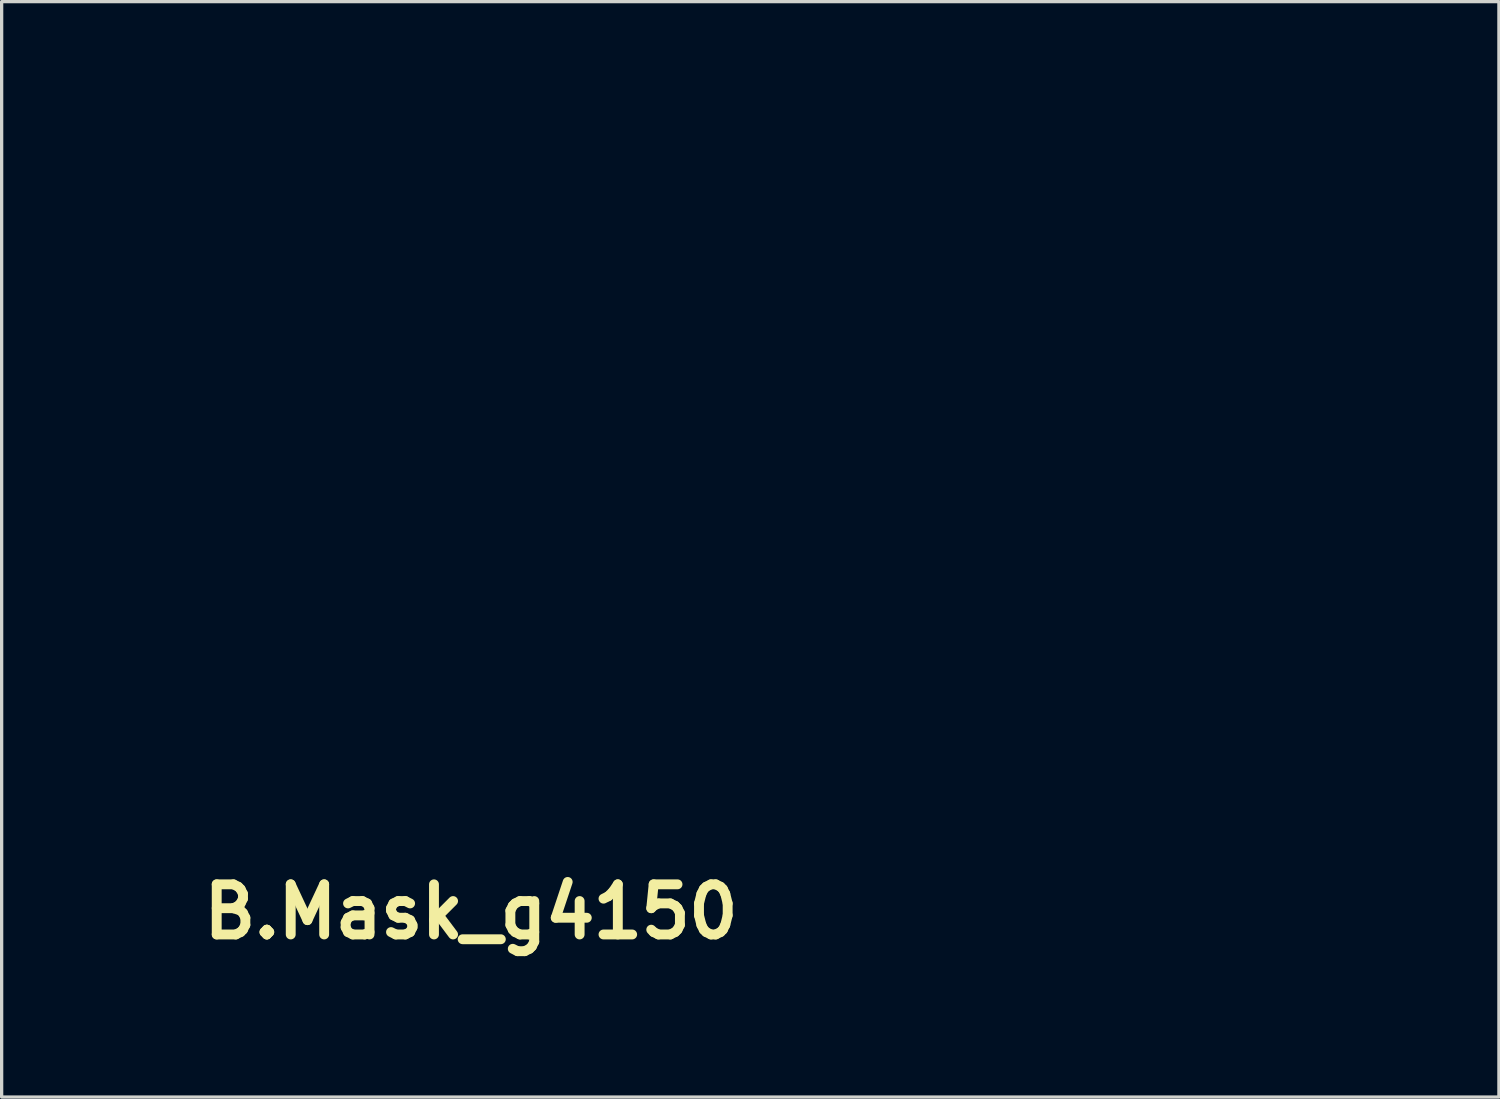
<source format=kicad_pcb>
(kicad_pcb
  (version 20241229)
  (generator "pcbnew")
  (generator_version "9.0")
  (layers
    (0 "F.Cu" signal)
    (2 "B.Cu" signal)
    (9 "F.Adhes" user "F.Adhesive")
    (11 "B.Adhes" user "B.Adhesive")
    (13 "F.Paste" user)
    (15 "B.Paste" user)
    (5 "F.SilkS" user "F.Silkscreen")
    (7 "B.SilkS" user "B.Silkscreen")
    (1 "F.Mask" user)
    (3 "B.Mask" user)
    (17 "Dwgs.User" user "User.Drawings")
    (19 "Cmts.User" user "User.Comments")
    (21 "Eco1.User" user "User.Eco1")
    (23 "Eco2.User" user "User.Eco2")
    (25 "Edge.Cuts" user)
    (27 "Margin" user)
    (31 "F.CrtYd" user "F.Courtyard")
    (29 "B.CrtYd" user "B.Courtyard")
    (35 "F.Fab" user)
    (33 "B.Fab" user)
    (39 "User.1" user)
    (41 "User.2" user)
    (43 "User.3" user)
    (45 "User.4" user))
  (footprint "B.Mask_g4150"
    (layer "F.Cu")
    (at 11.266 24.664)
    (property "Reference" "B.Mask_g4150" (at 0 0 0) (layer "F.SilkS") (effects (font (size 1.524 1.524) (thickness 0.3))))
    (attr through_hole)
    (fp_poly (pts (xy 4.87 -21.929) (xy 4.147 -21.929) (xy 4.17 -24.659) (xy 4.847 -24.659) (xy 4.87 -21.929)) (stroke (width 0.01) (type solid)) (fill yes) (layer "B.Mask"))
    (fp_poly (pts (xy -4.116 -23.294) (xy -4.105 -21.929) (xy -4.827 -21.929) (xy -4.816 -23.294) (xy -4.805 -24.659) (xy -4.128 -24.659) (xy -4.116 -23.294)) (stroke (width 0.01) (type solid)) (fill yes) (layer "B.Mask"))
    (fp_poly (pts (xy 3.768 -12.488) (xy 6.265 -12.488) (xy 6.265 -7.451) (xy 3.768 -7.451) (xy 3.768 -4.953) (xy -3.725 -4.953) (xy -3.725 -7.493) (xy 1.27 -7.493) (xy 1.27 -12.446) (xy -3.725 -12.446) (xy -3.725 -14.986) (xy 3.768 -14.986) (xy 3.768 -12.488)) (stroke (width 0.01) (type solid)) (fill yes) (layer "B.Mask"))
    (fp_poly (pts (xy 24.732 -12.102) (xy 24.803 -12.08) (xy 24.834 -12.033) (xy 24.837 -12.023) (xy 24.889 -11.953) (xy 24.939 -11.938) (xy 25.006 -11.906) (xy 25.019 -11.853) (xy 24.989 -11.783) (xy 24.934 -11.769) (xy 24.894 -11.762) (xy 24.869 -11.732) (xy 24.856 -11.663) (xy 24.85 -11.538) (xy 24.85 -11.388) (xy 24.85 -11.007) (xy 24.384 -11.007) (xy 24.384 -12.107) (xy 24.6 -12.107) (xy 24.732 -12.102)) (stroke (width 0.01) (type solid)) (fill yes) (layer "B.Mask"))
    (fp_poly (pts (xy -8.721 -7.493) (xy -6.223 -7.493) (xy -6.223 -4.953) (xy -7.465 -4.953) (xy -7.781 -4.954) (xy -8.069 -4.957) (xy -8.319 -4.961) (xy -8.52 -4.966) (xy -8.66 -4.972) (xy -8.73 -4.979) (xy -8.735 -4.981) (xy -8.742 -5.029) (xy -8.749 -5.151) (xy -8.754 -5.336) (xy -8.759 -5.572) (xy -8.762 -5.85) (xy -8.763 -6.158) (xy -8.763 -6.229) (xy -8.763 -7.449) (xy -11.239 -7.472) (xy -11.25 -11.229) (xy -11.261 -14.986) (xy -8.721 -14.986) (xy -8.721 -7.493)) (stroke (width 0.01) (type solid)) (fill yes) (layer "B.Mask"))
    (fp_poly (pts (xy 14.843 -3.972) (xy 14.892 -3.944) (xy 14.901 -3.895) (xy 14.931 -3.824) (xy 14.986 -3.81) (xy 15.044 -3.793) (xy 15.068 -3.729) (xy 15.071 -3.662) (xy 15.066 -3.567) (xy 15.034 -3.525) (xy 14.951 -3.514) (xy 14.901 -3.514) (xy 14.784 -3.524) (xy 14.735 -3.559) (xy 14.732 -3.577) (xy 14.697 -3.629) (xy 14.647 -3.641) (xy 14.592 -3.655) (xy 14.567 -3.712) (xy 14.563 -3.81) (xy 14.567 -3.918) (xy 14.595 -3.967) (xy 14.673 -3.979) (xy 14.732 -3.979) (xy 14.843 -3.972)) (stroke (width 0.01) (type solid)) (fill yes) (layer "B.Mask"))
    (fp_poly (pts (xy 14.843 -1.517) (xy 14.892 -1.488) (xy 14.901 -1.439) (xy 14.931 -1.369) (xy 14.986 -1.355) (xy 15.044 -1.338) (xy 15.068 -1.273) (xy 15.071 -1.206) (xy 15.066 -1.112) (xy 15.034 -1.069) (xy 14.951 -1.059) (xy 14.901 -1.058) (xy 14.779 -1.071) (xy 14.733 -1.109) (xy 14.732 -1.117) (xy 14.697 -1.174) (xy 14.647 -1.198) (xy 14.587 -1.236) (xy 14.564 -1.324) (xy 14.563 -1.372) (xy 14.568 -1.469) (xy 14.599 -1.513) (xy 14.68 -1.524) (xy 14.732 -1.524) (xy 14.843 -1.517)) (stroke (width 0.01) (type solid)) (fill yes) (layer "B.Mask"))
    (fp_poly (pts (xy 14.893 -8.859) (xy 14.901 -8.808) (xy 14.93 -8.736) (xy 14.989 -8.721) (xy 15.045 -8.709) (xy 15.066 -8.657) (xy 15.063 -8.562) (xy 15.047 -8.457) (xy 15.006 -8.41) (xy 14.912 -8.392) (xy 14.891 -8.39) (xy 14.786 -8.388) (xy 14.741 -8.413) (xy 14.732 -8.464) (xy 14.704 -8.536) (xy 14.645 -8.551) (xy 14.588 -8.563) (xy 14.568 -8.615) (xy 14.571 -8.71) (xy 14.586 -8.815) (xy 14.627 -8.862) (xy 14.721 -8.88) (xy 14.743 -8.882) (xy 14.848 -8.884) (xy 14.893 -8.859)) (stroke (width 0.01) (type solid)) (fill yes) (layer "B.Mask"))
    (fp_poly (pts (xy 17.298 -6.428) (xy 17.347 -6.399) (xy 17.357 -6.35) (xy 17.383 -6.281) (xy 17.42 -6.265) (xy 17.464 -6.237) (xy 17.483 -6.145) (xy 17.484 -6.096) (xy 17.479 -5.988) (xy 17.451 -5.939) (xy 17.379 -5.927) (xy 17.335 -5.927) (xy 17.233 -5.936) (xy 17.192 -5.973) (xy 17.187 -6.011) (xy 17.157 -6.082) (xy 17.103 -6.096) (xy 17.047 -6.11) (xy 17.023 -6.168) (xy 17.018 -6.265) (xy 17.022 -6.374) (xy 17.051 -6.422) (xy 17.128 -6.434) (xy 17.187 -6.435) (xy 17.298 -6.428)) (stroke (width 0.01) (type solid)) (fill yes) (layer "B.Mask"))
    (fp_poly (pts (xy 17.298 -1.517) (xy 17.347 -1.488) (xy 17.357 -1.439) (xy 17.383 -1.37) (xy 17.42 -1.355) (xy 17.467 -1.323) (xy 17.484 -1.22) (xy 17.484 -1.206) (xy 17.477 -1.107) (xy 17.44 -1.066) (xy 17.347 -1.058) (xy 17.335 -1.058) (xy 17.226 -1.072) (xy 17.188 -1.116) (xy 17.187 -1.122) (xy 17.152 -1.174) (xy 17.103 -1.185) (xy 17.047 -1.2) (xy 17.023 -1.257) (xy 17.018 -1.355) (xy 17.022 -1.463) (xy 17.051 -1.511) (xy 17.128 -1.524) (xy 17.187 -1.524) (xy 17.298 -1.517)) (stroke (width 0.01) (type solid)) (fill yes) (layer "B.Mask"))
    (fp_poly (pts (xy 19.753 -3.972) (xy 19.802 -3.944) (xy 19.812 -3.895) (xy 19.838 -3.826) (xy 19.875 -3.81) (xy 19.922 -3.778) (xy 19.939 -3.675) (xy 19.939 -3.662) (xy 19.932 -3.563) (xy 19.895 -3.522) (xy 19.802 -3.514) (xy 19.791 -3.514) (xy 19.681 -3.527) (xy 19.643 -3.571) (xy 19.643 -3.577) (xy 19.607 -3.629) (xy 19.558 -3.641) (xy 19.503 -3.655) (xy 19.478 -3.712) (xy 19.473 -3.81) (xy 19.477 -3.918) (xy 19.506 -3.967) (xy 19.583 -3.979) (xy 19.643 -3.979) (xy 19.753 -3.972)) (stroke (width 0.01) (type solid)) (fill yes) (layer "B.Mask"))
    (fp_poly (pts (xy 22.192 -6.422) (xy 22.246 -6.376) (xy 22.255 -6.35) (xy 22.298 -6.281) (xy 22.336 -6.265) (xy 22.378 -6.23) (xy 22.394 -6.119) (xy 22.394 -6.096) (xy 22.39 -5.988) (xy 22.362 -5.939) (xy 22.289 -5.927) (xy 22.242 -5.927) (xy 22.131 -5.939) (xy 22.077 -5.985) (xy 22.068 -6.011) (xy 22.025 -6.08) (xy 21.987 -6.096) (xy 21.945 -6.132) (xy 21.929 -6.242) (xy 21.929 -6.265) (xy 21.933 -6.374) (xy 21.961 -6.422) (xy 22.034 -6.434) (xy 22.081 -6.435) (xy 22.192 -6.422)) (stroke (width 0.01) (type solid)) (fill yes) (layer "B.Mask"))
    (fp_poly (pts (xy 22.216 0.942) (xy 22.264 0.977) (xy 22.267 0.995) (xy 22.301 1.051) (xy 22.331 1.058) (xy 22.375 1.086) (xy 22.393 1.179) (xy 22.394 1.228) (xy 22.39 1.336) (xy 22.362 1.384) (xy 22.284 1.397) (xy 22.225 1.397) (xy 22.114 1.39) (xy 22.065 1.361) (xy 22.056 1.312) (xy 22.029 1.243) (xy 21.992 1.228) (xy 21.945 1.196) (xy 21.929 1.093) (xy 21.929 1.079) (xy 21.934 0.985) (xy 21.965 0.942) (xy 22.048 0.932) (xy 22.098 0.931) (xy 22.216 0.942)) (stroke (width 0.01) (type solid)) (fill yes) (layer "B.Mask"))
    (fp_poly (pts (xy 24.634 -3.97) (xy 24.675 -3.933) (xy 24.68 -3.895) (xy 24.71 -3.824) (xy 24.765 -3.81) (xy 24.823 -3.793) (xy 24.847 -3.729) (xy 24.85 -3.662) (xy 24.845 -3.567) (xy 24.813 -3.525) (xy 24.73 -3.514) (xy 24.68 -3.514) (xy 24.563 -3.524) (xy 24.514 -3.559) (xy 24.511 -3.577) (xy 24.477 -3.633) (xy 24.448 -3.641) (xy 24.403 -3.669) (xy 24.385 -3.761) (xy 24.384 -3.81) (xy 24.388 -3.918) (xy 24.416 -3.967) (xy 24.488 -3.979) (xy 24.532 -3.979) (xy 24.634 -3.97)) (stroke (width 0.01) (type solid)) (fill yes) (layer "B.Mask"))
    (fp_poly (pts (xy 17.801 -12.086) (xy 17.813 -11.695) (xy 17.826 -11.303) (xy 17.187 -11.303) (xy 17.187 -11.155) (xy 17.182 -11.06) (xy 17.151 -11.018) (xy 17.068 -11.007) (xy 17.018 -11.007) (xy 16.91 -11.011) (xy 16.861 -11.039) (xy 16.849 -11.111) (xy 16.849 -11.155) (xy 16.835 -11.264) (xy 16.791 -11.303) (xy 16.785 -11.303) (xy 16.733 -11.338) (xy 16.722 -11.388) (xy 16.747 -11.456) (xy 16.783 -11.472) (xy 16.818 -11.493) (xy 16.84 -11.566) (xy 16.854 -11.703) (xy 16.857 -11.779) (xy 16.87 -12.086) (xy 17.187 -12.112) (xy 17.187 -11.472) (xy 17.484 -11.472) (xy 17.484 -12.112) (xy 17.801 -12.086)) (stroke (width 0.01) (type solid)) (fill yes) (layer "B.Mask"))
    (fp_poly (pts (xy 28.215 -0.445) (xy 27.757 -0.432) (xy 27.554 -0.428) (xy 27.421 -0.43) (xy 27.341 -0.439) (xy 27.299 -0.459) (xy 27.28 -0.492) (xy 27.275 -0.507) (xy 27.233 -0.576) (xy 27.194 -0.593) (xy 27.165 -0.612) (xy 27.147 -0.678) (xy 27.138 -0.804) (xy 27.136 -0.974) (xy 27.138 -1.16) (xy 27.147 -1.275) (xy 27.165 -1.335) (xy 27.195 -1.354) (xy 27.199 -1.355) (xy 27.474 -1.355) (xy 27.474 -0.593) (xy 27.898 -0.593) (xy 27.898 -1.355) (xy 27.474 -1.355) (xy 27.199 -1.355) (xy 27.251 -1.39) (xy 27.263 -1.439) (xy 27.268 -1.476) (xy 27.293 -1.5) (xy 27.352 -1.514) (xy 27.46 -1.521) (xy 27.63 -1.524) (xy 27.751 -1.524) (xy 28.239 -1.524) (xy 28.215 -0.445)) (stroke (width 0.01) (type solid)) (fill yes) (layer "B.Mask"))
    (fp_poly (pts (xy 28.215 2.011) (xy 27.136 2.035) (xy 27.136 1.927) (xy 27.139 1.877) (xy 27.158 1.845) (xy 27.211 1.828) (xy 27.312 1.822) (xy 27.48 1.82) (xy 27.517 1.82) (xy 27.898 1.82) (xy 27.898 1.57) (xy 27.591 1.558) (xy 27.427 1.547) (xy 27.331 1.53) (xy 27.284 1.502) (xy 27.271 1.471) (xy 27.273 1.433) (xy 27.308 1.411) (xy 27.392 1.4) (xy 27.542 1.397) (xy 27.577 1.397) (xy 27.898 1.397) (xy 27.898 1.101) (xy 27.517 1.101) (xy 27.336 1.099) (xy 27.223 1.093) (xy 27.163 1.077) (xy 27.139 1.049) (xy 27.136 1.016) (xy 27.14 0.981) (xy 27.163 0.958) (xy 27.218 0.943) (xy 27.318 0.935) (xy 27.477 0.932) (xy 27.687 0.931) (xy 28.239 0.931) (xy 28.215 2.011)) (stroke (width 0.01) (type solid)) (fill yes) (layer "B.Mask"))
    (fp_poly (pts (xy 27.68 -6.427) (xy 27.757 -6.426) (xy 28.215 -6.413) (xy 28.239 -5.334) (xy 27.751 -5.334) (xy 27.541 -5.335) (xy 27.402 -5.339) (xy 27.319 -5.349) (xy 27.278 -5.368) (xy 27.264 -5.398) (xy 27.263 -5.419) (xy 27.236 -5.488) (xy 27.199 -5.503) (xy 27.152 -5.535) (xy 27.136 -5.638) (xy 27.136 -5.652) (xy 27.149 -5.761) (xy 27.193 -5.799) (xy 27.199 -5.8) (xy 27.474 -5.8) (xy 27.474 -5.503) (xy 27.898 -5.503) (xy 27.898 -5.8) (xy 27.474 -5.8) (xy 27.199 -5.8) (xy 27.255 -5.834) (xy 27.263 -5.863) (xy 27.229 -5.919) (xy 27.199 -5.927) (xy 27.155 -5.955) (xy 27.137 -6.047) (xy 27.136 -6.096) (xy 27.148 -6.218) (xy 27.186 -6.265) (xy 27.194 -6.265) (xy 27.474 -6.265) (xy 27.474 -5.969) (xy 27.898 -5.969) (xy 27.898 -6.265) (xy 27.474 -6.265) (xy 27.194 -6.265) (xy 27.251 -6.301) (xy 27.275 -6.351) (xy 27.291 -6.389) (xy 27.323 -6.413) (xy 27.388 -6.426) (xy 27.502 -6.43) (xy 27.68 -6.427)) (stroke (width 0.01) (type solid)) (fill yes) (layer "B.Mask"))
    (fp_poly (pts (xy 27.864 -8.889) (xy 27.978 -8.882) (xy 28.039 -8.867) (xy 28.063 -8.84) (xy 28.067 -8.805) (xy 28.097 -8.735) (xy 28.152 -8.721) (xy 28.189 -8.715) (xy 28.213 -8.689) (xy 28.227 -8.629) (xy 28.234 -8.518) (xy 28.236 -8.343) (xy 28.236 -8.255) (xy 28.236 -7.789) (xy 28.067 -7.789) (xy 27.959 -7.794) (xy 27.91 -7.822) (xy 27.898 -7.894) (xy 27.898 -7.938) (xy 27.898 -8.086) (xy 27.474 -8.086) (xy 27.474 -7.938) (xy 27.469 -7.843) (xy 27.438 -7.8) (xy 27.355 -7.79) (xy 27.305 -7.789) (xy 27.136 -7.789) (xy 27.136 -8.255) (xy 27.138 -8.467) (xy 27.145 -8.606) (xy 27.158 -8.678) (xy 27.474 -8.678) (xy 27.474 -8.255) (xy 27.898 -8.255) (xy 27.898 -8.678) (xy 27.474 -8.678) (xy 27.158 -8.678) (xy 27.16 -8.686) (xy 27.183 -8.718) (xy 27.194 -8.721) (xy 27.251 -8.756) (xy 27.275 -8.805) (xy 27.293 -8.846) (xy 27.333 -8.871) (xy 27.411 -8.884) (xy 27.546 -8.889) (xy 27.682 -8.89) (xy 27.864 -8.889)) (stroke (width 0.01) (type solid)) (fill yes) (layer "B.Mask"))
    (fp_poly (pts (xy -1.321 -24.333) (xy -1.309 -24.006) (xy -0.983 -23.994) (xy -0.656 -23.982) (xy -0.644 -23.654) (xy -0.631 -23.326) (xy 0.674 -23.326) (xy 0.686 -23.654) (xy 0.699 -23.982) (xy 1.025 -23.994) (xy 1.351 -24.006) (xy 1.363 -24.333) (xy 1.376 -24.659) (xy 2.731 -24.659) (xy 2.743 -24.333) (xy 2.755 -24.006) (xy 3.124 -23.994) (xy 3.493 -23.982) (xy 3.504 -22.236) (xy 3.515 -20.489) (xy 2.752 -20.489) (xy 2.752 -19.812) (xy 1.397 -19.812) (xy 1.397 -19.135) (xy -1.355 -19.135) (xy -1.355 -19.812) (xy -2.709 -19.812) (xy -2.709 -20.489) (xy -3.472 -20.489) (xy -3.467 -21.251) (xy -1.99 -21.251) (xy -1.99 -20.535) (xy -1.662 -20.523) (xy -1.333 -20.511) (xy -1.309 -19.854) (xy 1.351 -19.854) (xy 1.376 -20.511) (xy 1.704 -20.523) (xy 2.032 -20.535) (xy 2.032 -21.251) (xy -1.99 -21.251) (xy -3.467 -21.251) (xy -3.455 -23.283) (xy -1.99 -23.283) (xy -1.99 -21.971) (xy -0.677 -21.971) (xy -0.677 -23.283) (xy 0.72 -23.283) (xy 0.72 -21.971) (xy 2.032 -21.971) (xy 2.032 -23.283) (xy 0.72 -23.283) (xy -0.677 -23.283) (xy -1.99 -23.283) (xy -3.455 -23.283) (xy -3.45 -23.982) (xy -2.713 -24.006) (xy -2.701 -24.333) (xy -2.688 -24.659) (xy -1.333 -24.659) (xy -1.321 -24.333)) (stroke (width 0.01) (type solid)) (fill yes) (layer "B.Mask"))
    (fp_poly (pts (xy 27.852 -3.978) (xy 27.97 -3.972) (xy 28.034 -3.958) (xy 28.062 -3.932) (xy 28.067 -3.895) (xy 28.097 -3.824) (xy 28.152 -3.81) (xy 28.192 -3.804) (xy 28.217 -3.774) (xy 28.23 -3.704) (xy 28.236 -3.579) (xy 28.236 -3.429) (xy 28.235 -3.248) (xy 28.228 -3.136) (xy 28.213 -3.075) (xy 28.185 -3.052) (xy 28.152 -3.048) (xy 28.081 -3.018) (xy 28.067 -2.963) (xy 28.061 -2.924) (xy 28.032 -2.899) (xy 27.965 -2.886) (xy 27.844 -2.88) (xy 27.665 -2.879) (xy 27.478 -2.88) (xy 27.36 -2.886) (xy 27.295 -2.9) (xy 27.268 -2.926) (xy 27.263 -2.963) (xy 27.236 -3.032) (xy 27.199 -3.048) (xy 27.147 -3.083) (xy 27.136 -3.133) (xy 27.152 -3.19) (xy 27.215 -3.214) (xy 27.288 -3.217) (xy 27.399 -3.205) (xy 27.453 -3.159) (xy 27.462 -3.133) (xy 27.491 -3.08) (xy 27.556 -3.055) (xy 27.68 -3.048) (xy 27.691 -3.048) (xy 27.898 -3.048) (xy 27.898 -3.81) (xy 27.691 -3.81) (xy 27.562 -3.804) (xy 27.493 -3.78) (xy 27.463 -3.73) (xy 27.462 -3.725) (xy 27.424 -3.665) (xy 27.336 -3.642) (xy 27.288 -3.641) (xy 27.184 -3.65) (xy 27.141 -3.685) (xy 27.136 -3.725) (xy 27.162 -3.794) (xy 27.199 -3.81) (xy 27.251 -3.845) (xy 27.263 -3.895) (xy 27.269 -3.934) (xy 27.297 -3.959) (xy 27.364 -3.972) (xy 27.485 -3.978) (xy 27.665 -3.979) (xy 27.852 -3.978)) (stroke (width 0.01) (type solid)) (fill yes) (layer "B.Mask"))
    (fp_poly (pts (xy 15.359 -11.843) (xy 15.371 -11.599) (xy 14.605 -11.599) (xy 14.605 -11.176) (xy 14.817 -11.176) (xy 14.95 -11.183) (xy 15.015 -11.206) (xy 15.028 -11.239) (xy 15.056 -11.284) (xy 15.149 -11.302) (xy 15.198 -11.303) (xy 15.308 -11.296) (xy 15.357 -11.267) (xy 15.367 -11.218) (xy 15.337 -11.148) (xy 15.282 -11.134) (xy 15.213 -11.107) (xy 15.198 -11.07) (xy 15.183 -11.039) (xy 15.129 -11.02) (xy 15.021 -11.01) (xy 14.844 -11.007) (xy 14.817 -11.007) (xy 14.631 -11.009) (xy 14.515 -11.018) (xy 14.455 -11.036) (xy 14.436 -11.066) (xy 14.436 -11.07) (xy 14.4 -11.122) (xy 14.351 -11.134) (xy 14.304 -11.143) (xy 14.278 -11.184) (xy 14.268 -11.275) (xy 14.266 -11.388) (xy 14.269 -11.53) (xy 14.283 -11.606) (xy 14.313 -11.637) (xy 14.351 -11.642) (xy 14.42 -11.668) (xy 14.436 -11.705) (xy 14.453 -11.74) (xy 14.516 -11.759) (xy 14.639 -11.768) (xy 14.732 -11.769) (xy 14.893 -11.772) (xy 14.985 -11.786) (xy 15.024 -11.812) (xy 15.028 -11.832) (xy 15.014 -11.863) (xy 14.96 -11.882) (xy 14.852 -11.892) (xy 14.676 -11.896) (xy 14.644 -11.896) (xy 14.463 -11.897) (xy 14.351 -11.902) (xy 14.293 -11.916) (xy 14.272 -11.943) (xy 14.273 -11.987) (xy 14.274 -11.991) (xy 14.283 -12.03) (xy 14.306 -12.057) (xy 14.357 -12.074) (xy 14.451 -12.082) (xy 14.602 -12.086) (xy 14.817 -12.086) (xy 15.346 -12.086) (xy 15.359 -11.843)) (stroke (width 0.01) (type solid)) (fill yes) (layer "B.Mask"))
    (fp_poly (pts (xy 22.34 -12.106) (xy 22.452 -12.098) (xy 22.513 -12.08) (xy 22.543 -12.048) (xy 22.551 -12.023) (xy 22.594 -11.954) (xy 22.632 -11.938) (xy 22.68 -11.903) (xy 22.691 -11.853) (xy 22.674 -11.795) (xy 22.609 -11.771) (xy 22.543 -11.769) (xy 22.433 -11.782) (xy 22.395 -11.826) (xy 22.394 -11.832) (xy 22.373 -11.87) (xy 22.3 -11.89) (xy 22.162 -11.896) (xy 22.028 -11.894) (xy 21.959 -11.88) (xy 21.933 -11.842) (xy 21.929 -11.771) (xy 21.929 -11.769) (xy 21.933 -11.696) (xy 21.958 -11.658) (xy 22.026 -11.644) (xy 22.158 -11.642) (xy 22.162 -11.642) (xy 22.296 -11.638) (xy 22.366 -11.622) (xy 22.392 -11.587) (xy 22.394 -11.557) (xy 22.424 -11.486) (xy 22.479 -11.472) (xy 22.55 -11.442) (xy 22.564 -11.388) (xy 22.59 -11.319) (xy 22.627 -11.303) (xy 22.674 -11.271) (xy 22.691 -11.168) (xy 22.691 -11.155) (xy 22.691 -11.007) (xy 22.162 -11.007) (xy 21.942 -11.007) (xy 21.793 -11.011) (xy 21.702 -11.02) (xy 21.654 -11.037) (xy 21.635 -11.063) (xy 21.632 -11.091) (xy 21.639 -11.132) (xy 21.669 -11.157) (xy 21.738 -11.17) (xy 21.863 -11.175) (xy 22.013 -11.176) (xy 22.199 -11.178) (xy 22.315 -11.188) (xy 22.375 -11.206) (xy 22.394 -11.235) (xy 22.394 -11.239) (xy 22.359 -11.291) (xy 22.31 -11.303) (xy 22.239 -11.333) (xy 22.225 -11.388) (xy 22.215 -11.437) (xy 22.171 -11.462) (xy 22.074 -11.471) (xy 21.992 -11.472) (xy 21.852 -11.478) (xy 21.779 -11.498) (xy 21.759 -11.536) (xy 21.725 -11.592) (xy 21.696 -11.599) (xy 21.652 -11.627) (xy 21.633 -11.72) (xy 21.632 -11.769) (xy 21.645 -11.891) (xy 21.683 -11.937) (xy 21.691 -11.938) (xy 21.748 -11.973) (xy 21.772 -12.023) (xy 21.79 -12.064) (xy 21.831 -12.089) (xy 21.912 -12.102) (xy 22.051 -12.107) (xy 22.162 -12.107) (xy 22.34 -12.106)) (stroke (width 0.01) (type solid)) (fill yes) (layer "B.Mask"))
    (fp_poly (pts (xy 19.885 -12.105) (xy 19.997 -12.097) (xy 20.059 -12.079) (xy 20.088 -12.047) (xy 20.095 -12.027) (xy 20.15 -11.949) (xy 20.197 -11.925) (xy 20.264 -11.878) (xy 20.278 -11.836) (xy 20.254 -11.79) (xy 20.171 -11.771) (xy 20.108 -11.769) (xy 19.991 -11.779) (xy 19.942 -11.814) (xy 19.939 -11.832) (xy 19.918 -11.87) (xy 19.845 -11.89) (xy 19.706 -11.896) (xy 19.573 -11.894) (xy 19.504 -11.88) (xy 19.477 -11.842) (xy 19.473 -11.771) (xy 19.473 -11.769) (xy 19.477 -11.696) (xy 19.503 -11.658) (xy 19.571 -11.644) (xy 19.703 -11.642) (xy 19.706 -11.642) (xy 19.841 -11.638) (xy 19.911 -11.622) (xy 19.937 -11.586) (xy 19.939 -11.559) (xy 19.926 -11.51) (xy 19.874 -11.482) (xy 19.763 -11.467) (xy 19.717 -11.464) (xy 19.587 -11.454) (xy 19.52 -11.432) (xy 19.491 -11.386) (xy 19.481 -11.314) (xy 19.468 -11.176) (xy 19.703 -11.176) (xy 19.845 -11.182) (xy 19.918 -11.201) (xy 19.939 -11.239) (xy 19.939 -11.239) (xy 19.967 -11.284) (xy 20.06 -11.302) (xy 20.108 -11.303) (xy 20.224 -11.294) (xy 20.273 -11.261) (xy 20.278 -11.236) (xy 20.242 -11.171) (xy 20.193 -11.146) (xy 20.124 -11.103) (xy 20.108 -11.065) (xy 20.09 -11.037) (xy 20.025 -11.019) (xy 19.902 -11.009) (xy 19.708 -11.007) (xy 19.706 -11.007) (xy 19.514 -11.009) (xy 19.393 -11.017) (xy 19.328 -11.034) (xy 19.305 -11.061) (xy 19.304 -11.07) (xy 19.27 -11.126) (xy 19.241 -11.134) (xy 19.196 -11.162) (xy 19.178 -11.254) (xy 19.177 -11.303) (xy 19.187 -11.421) (xy 19.222 -11.469) (xy 19.241 -11.472) (xy 19.297 -11.506) (xy 19.304 -11.536) (xy 19.27 -11.592) (xy 19.241 -11.599) (xy 19.196 -11.627) (xy 19.178 -11.72) (xy 19.177 -11.769) (xy 19.189 -11.891) (xy 19.227 -11.937) (xy 19.236 -11.938) (xy 19.292 -11.973) (xy 19.316 -12.023) (xy 19.335 -12.064) (xy 19.376 -12.089) (xy 19.457 -12.102) (xy 19.595 -12.107) (xy 19.706 -12.107) (xy 19.885 -12.105)) (stroke (width 0.01) (type solid)) (fill yes) (layer "B.Mask"))
    (fp_poly (pts (xy 25.781 2.625) (xy 13.335 2.625) (xy 13.335 0.169) (xy 13.504 0.169) (xy 13.504 2.455) (xy 15.79 2.455) (xy 15.79 0.169) (xy 15.96 0.169) (xy 15.96 2.455) (xy 18.246 2.455) (xy 18.246 0.169) (xy 18.415 0.169) (xy 18.415 2.455) (xy 20.701 2.455) (xy 20.701 0.169) (xy 20.87 0.169) (xy 20.87 2.455) (xy 23.156 2.455) (xy 23.156 0.169) (xy 23.326 0.169) (xy 23.326 2.455) (xy 25.612 2.455) (xy 25.612 0.169) (xy 23.326 0.169) (xy 23.156 0.169) (xy 20.87 0.169) (xy 20.701 0.169) (xy 18.415 0.169) (xy 18.246 0.169) (xy 15.96 0.169) (xy 15.79 0.169) (xy 13.504 0.169) (xy 13.335 0.169) (xy 13.335 0) (xy 13.503 0) (xy 15.79 0) (xy 15.79 -2.286) (xy 15.96 -2.286) (xy 15.96 0) (xy 18.246 0) (xy 18.246 -2.286) (xy 18.415 -2.286) (xy 18.415 0) (xy 20.701 0) (xy 20.701 -2.286) (xy 20.87 -2.286) (xy 20.87 0) (xy 23.156 0) (xy 23.326 0) (xy 25.613 0) (xy 25.602 -1.132) (xy 25.59 -2.265) (xy 24.458 -2.276) (xy 23.326 -2.287) (xy 23.326 0) (xy 23.156 0) (xy 23.156 -2.286) (xy 20.87 -2.286) (xy 20.701 -2.286) (xy 18.415 -2.286) (xy 18.246 -2.286) (xy 15.96 -2.286) (xy 15.79 -2.286) (xy 15.79 -2.287) (xy 14.658 -2.276) (xy 13.525 -2.265) (xy 13.503 0) (xy 13.335 0) (xy 13.335 -4.699) (xy 13.504 -4.699) (xy 13.504 -2.455) (xy 15.79 -2.455) (xy 15.79 -4.699) (xy 15.96 -4.699) (xy 15.96 -2.455) (xy 18.246 -2.455) (xy 18.246 -4.699) (xy 18.415 -4.699) (xy 18.415 -2.455) (xy 20.701 -2.455) (xy 20.701 -4.699) (xy 20.87 -4.699) (xy 20.87 -2.455) (xy 23.156 -2.455) (xy 23.156 -4.699) (xy 23.326 -4.699) (xy 23.326 -2.455) (xy 25.612 -2.455) (xy 25.612 -4.699) (xy 23.326 -4.699) (xy 23.156 -4.699) (xy 20.87 -4.699) (xy 20.701 -4.699) (xy 18.415 -4.699) (xy 18.246 -4.699) (xy 15.96 -4.699) (xy 15.79 -4.699) (xy 13.504 -4.699) (xy 13.335 -4.699) (xy 13.335 -7.154) (xy 13.504 -7.154) (xy 13.504 -4.911) (xy 15.79 -4.911) (xy 15.79 -7.154) (xy 15.96 -7.154) (xy 15.96 -4.911) (xy 18.246 -4.911) (xy 18.246 -7.154) (xy 18.415 -7.154) (xy 18.415 -4.911) (xy 20.701 -4.911) (xy 20.701 -7.154) (xy 20.87 -7.154) (xy 20.87 -4.911) (xy 23.156 -4.911) (xy 23.156 -7.154) (xy 23.326 -7.154) (xy 23.326 -4.911) (xy 25.612 -4.911) (xy 25.612 -7.154) (xy 23.326 -7.154) (xy 23.156 -7.154) (xy 20.87 -7.154) (xy 20.701 -7.154) (xy 18.415 -7.154) (xy 18.246 -7.154) (xy 15.96 -7.154) (xy 15.79 -7.154) (xy 13.504 -7.154) (xy 13.335 -7.154) (xy 13.335 -9.61) (xy 13.504 -9.61) (xy 13.504 -8.495) (xy 13.505 -8.196) (xy 13.508 -7.925) (xy 13.513 -7.694) (xy 13.519 -7.513) (xy 13.525 -7.396) (xy 13.533 -7.352) (xy 13.581 -7.344) (xy 13.702 -7.338) (xy 13.886 -7.332) (xy 14.119 -7.327) (xy 14.392 -7.325) (xy 14.676 -7.324) (xy 15.79 -7.324) (xy 15.79 -9.61) (xy 15.96 -9.61) (xy 15.96 -8.495) (xy 15.961 -8.196) (xy 15.964 -7.925) (xy 15.968 -7.694) (xy 15.974 -7.513) (xy 15.981 -7.396) (xy 15.988 -7.352) (xy 16.036 -7.344) (xy 16.158 -7.338) (xy 16.341 -7.332) (xy 16.575 -7.327) (xy 16.847 -7.325) (xy 17.131 -7.324) (xy 18.246 -7.324) (xy 18.246 -9.61) (xy 18.415 -9.61) (xy 18.415 -7.324) (xy 20.701 -7.324) (xy 20.701 -9.61) (xy 20.87 -9.61) (xy 20.87 -7.322) (xy 22.003 -7.334) (xy 23.135 -7.345) (xy 23.146 -8.477) (xy 23.158 -9.61) (xy 23.326 -9.61) (xy 23.326 -7.322) (xy 25.59 -7.345) (xy 25.602 -8.477) (xy 25.613 -9.61) (xy 23.326 -9.61) (xy 23.158 -9.61) (xy 20.87 -9.61) (xy 20.701 -9.61) (xy 18.415 -9.61) (xy 18.246 -9.61) (xy 15.96 -9.61) (xy 15.79 -9.61) (xy 13.504 -9.61) (xy 13.335 -9.61) (xy 13.335 -9.779) (xy 25.781 -9.779) (xy 25.781 2.625)) (stroke (width 0.01) (type solid)) (fill yes) (layer "B.Mask")))
  (gr_rect
    (start -3 -3)
    (end 42.51 30.294)
    (stroke (width 0.1) (type default))
    (fill no)
    (layer "Edge.Cuts")))
</source>
